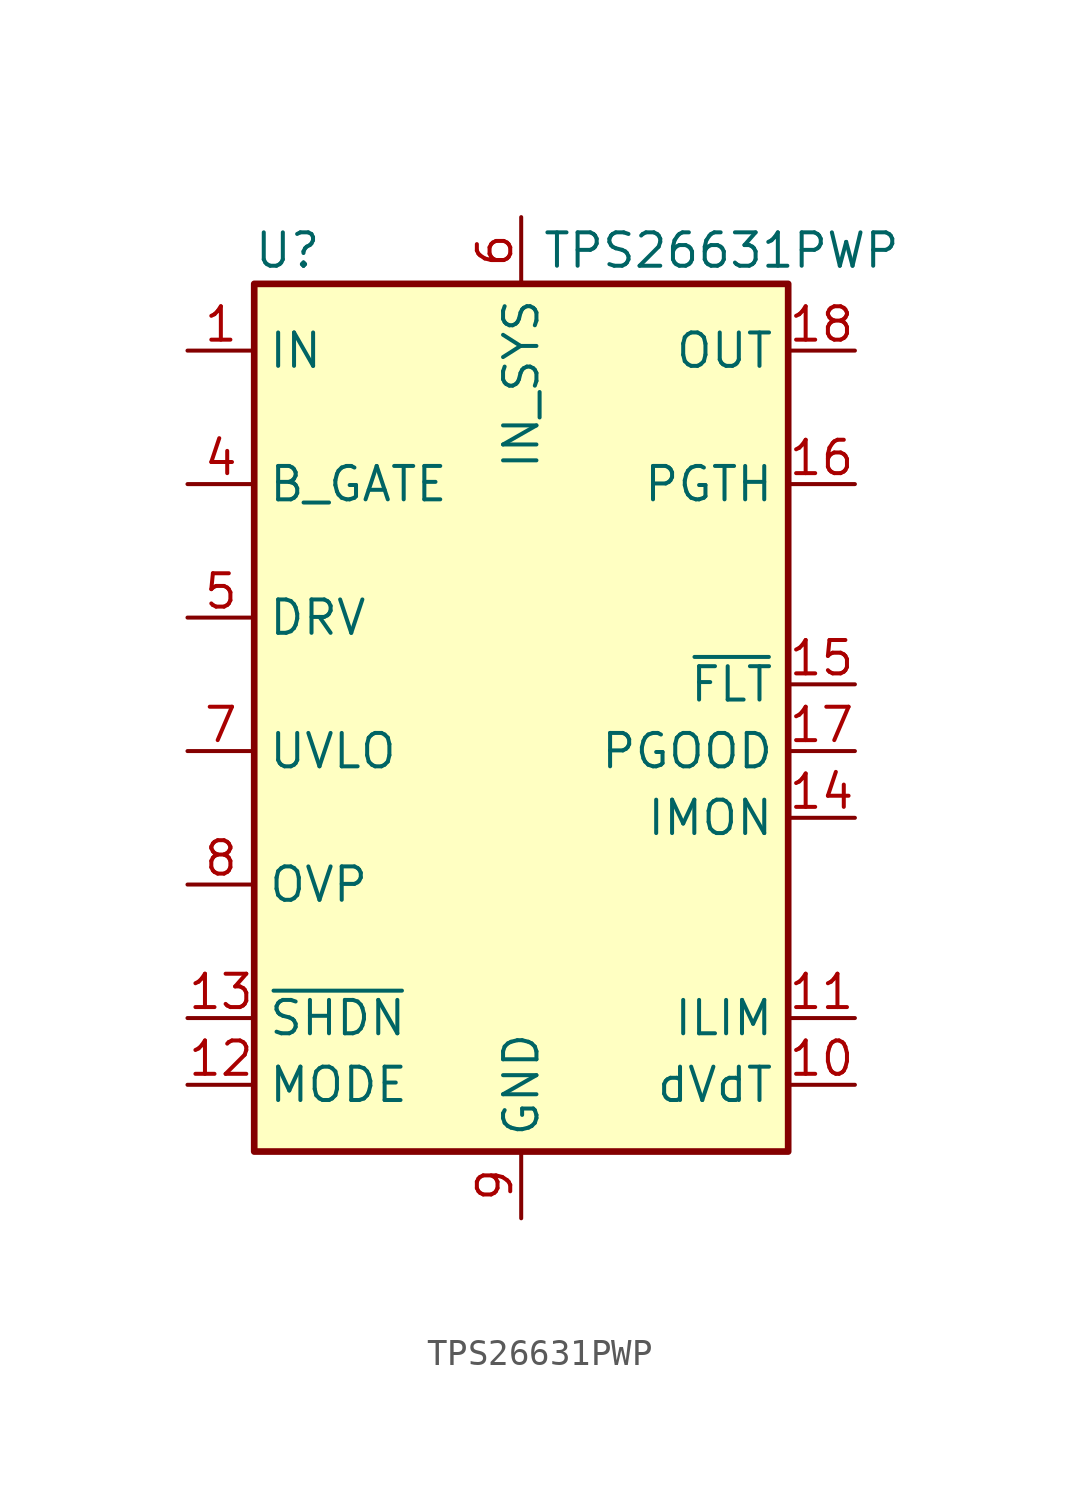
<source format=kicad_sym>
(kicad_symbol_lib
  (version 20231120)
  (generator "kicad_symbol_editor")
  (generator_version "8.0")
  (symbol "TPS26631PWP"
    (property "Reference" "U"
      (at -8.89 16.51 0)
      (effects (font (size 1.27 1.27))))
    (property "Value" "TPS26631PWP"
      (at 7.62 16.51 0)
      (effects (font (size 1.27 1.27))))
    (symbol "TPS26631PWP_0_1"
      (rectangle (start -10.16 15.24) (end 10.16 -17.78) (stroke (width 0.254) (type default)) (fill (type background))))
    (symbol "TPS26631PWP_1_1"
      (pin power_in line (at -12.7 12.7 0) (length 2.54) (name "IN" (effects (font (size 1.27 1.27)))) (number "1" (effects (font (size 1.27 1.27)))))
      (pin passive line (at 12.7 -15.24 180) (length 2.54) (name "dVdT" (effects (font (size 1.27 1.27)))) (number "10" (effects (font (size 1.27 1.27)))))
      (pin passive line (at 12.7 -12.7 180) (length 2.54) (name "ILIM" (effects (font (size 1.27 1.27)))) (number "11" (effects (font (size 1.27 1.27)))))
      (pin input line (at -12.7 -15.24 0) (length 2.54) (name "MODE" (effects (font (size 1.27 1.27)))) (number "12" (effects (font (size 1.27 1.27)))))
      (pin input line (at -12.7 -12.7 0) (length 2.54) (name "~{SHDN}" (effects (font (size 1.27 1.27)))) (number "13" (effects (font (size 1.27 1.27)))))
      (pin output line (at 12.7 -5.08 180) (length 2.54) (name "IMON" (effects (font (size 1.27 1.27)))) (number "14" (effects (font (size 1.27 1.27)))))
      (pin open_collector line (at 12.7 0 180) (length 2.54) (name "~{FLT}" (effects (font (size 1.27 1.27)))) (number "15" (effects (font (size 1.27 1.27)))))
      (pin input line (at 12.7 7.62 180) (length 2.54) (name "PGTH" (effects (font (size 1.27 1.27)))) (number "16" (effects (font (size 1.27 1.27)))))
      (pin output line (at 12.7 -2.54 180) (length 2.54) (name "PGOOD" (effects (font (size 1.27 1.27)))) (number "17" (effects (font (size 1.27 1.27)))))
      (pin power_out line (at 12.7 12.7 180) (length 2.54) (name "OUT" (effects (font (size 1.27 1.27)))) (number "18" (effects (font (size 1.27 1.27)))))
      (pin passive line (at 12.7 12.7 180) (length 2.54) hide (name "OUT" (effects (font (size 1.27 1.27)))) (number "19" (effects (font (size 1.27 1.27)))))
      (pin passive line (at -12.7 12.7 0) (length 2.54) hide (name "IN" (effects (font (size 1.27 1.27)))) (number "2" (effects (font (size 1.27 1.27)))))
      (pin passive line (at 12.7 12.7 180) (length 2.54) hide (name "OUT" (effects (font (size 1.27 1.27)))) (number "20" (effects (font (size 1.27 1.27)))))
      (pin passive line (at 0 -20.32 90) (length 2.54) hide (name "GND" (effects (font (size 1.27 1.27)))) (number "21" (effects (font (size 1.27 1.27)))))
      (pin passive line (at -12.7 12.7 0) (length 2.54) hide (name "IN" (effects (font (size 1.27 1.27)))) (number "3" (effects (font (size 1.27 1.27)))))
      (pin output line (at -12.7 7.62 0) (length 2.54) (name "B_GATE" (effects (font (size 1.27 1.27)))) (number "4" (effects (font (size 1.27 1.27)))))
      (pin output line (at -12.7 2.54 0) (length 2.54) (name "DRV" (effects (font (size 1.27 1.27)))) (number "5" (effects (font (size 1.27 1.27)))))
      (pin power_in line (at 0 17.78 270) (length 2.54) (name "IN_SYS" (effects (font (size 1.27 1.27)))) (number "6" (effects (font (size 1.27 1.27)))))
      (pin input line (at -12.7 -2.54 0) (length 2.54) (name "UVLO" (effects (font (size 1.27 1.27)))) (number "7" (effects (font (size 1.27 1.27)))))
      (pin input line (at -12.7 -7.62 0) (length 2.54) (name "OVP" (effects (font (size 1.27 1.27)))) (number "8" (effects (font (size 1.27 1.27)))))
      (pin power_in line (at 0 -20.32 90) (length 2.54) (name "GND" (effects (font (size 1.27 1.27)))) (number "9" (effects (font (size 1.27 1.27))))))))
</source>
